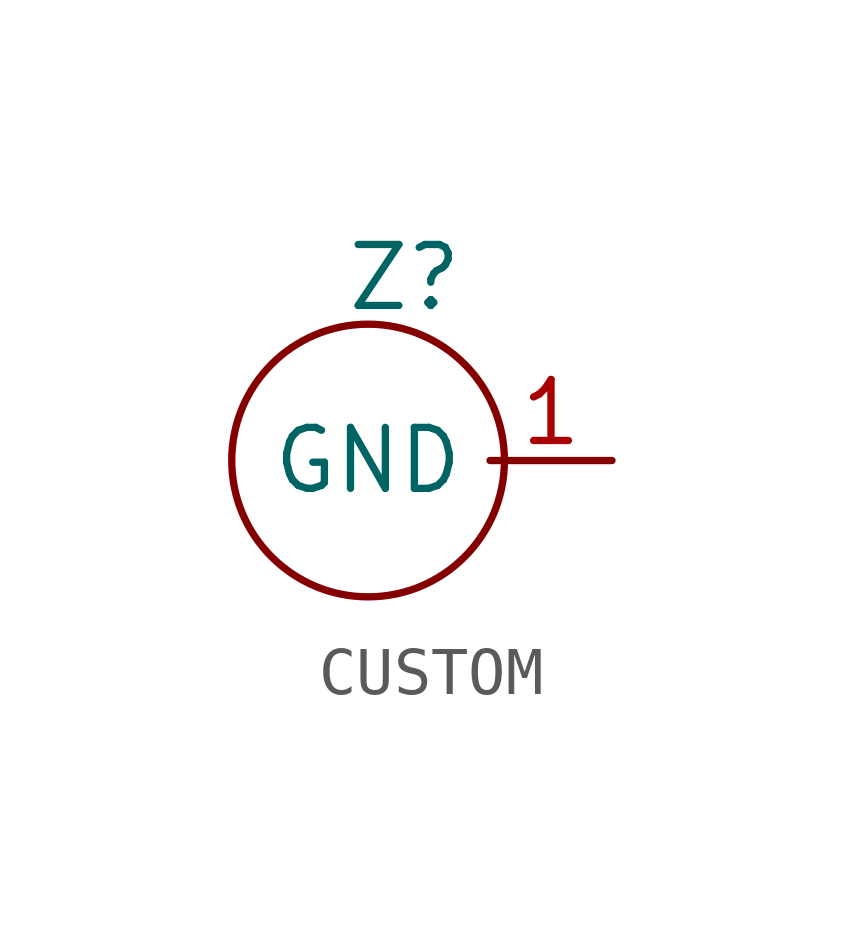
<source format=kicad_sym>
(kicad_symbol_lib
  (version 20241209)
  (generator "kicad_symbol_editor")
  (generator_version "9.0")
  (symbol "CUSTOM"
    (property "Reference" "Z"
      (at 0.762 3.81 0)
      (effects (font (size 1.27 1.27))))
    (property "Value" ""
      (at 0 0 0)
      (effects (font (size 1.27 1.27))))
    (symbol "CUSTOM_0_1"
      (circle (center 0 0) (radius 2.84) (stroke (width 0) (type default)) (fill (type none))))
    (symbol "CUSTOM_1_1"
      (pin power_in line (at 5.08 0 180) (length 2.54) (name "GND" (effects (font (size 1.27 1.27)))) (number "1" (effects (font (size 1.27 1.27))))))))
</source>
